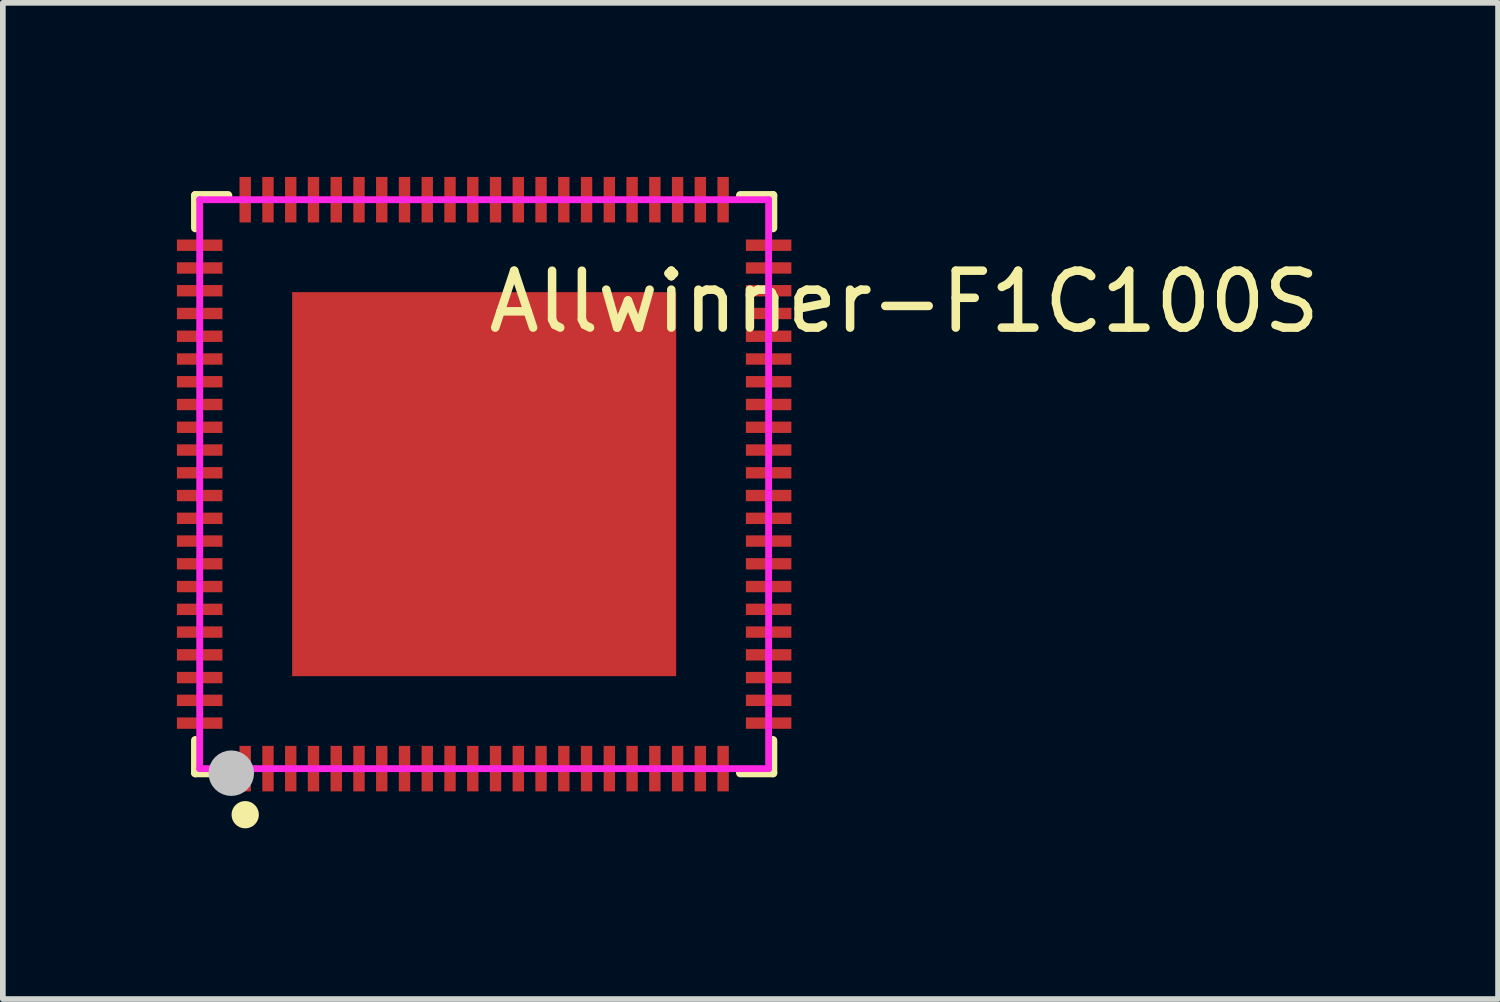
<source format=kicad_pcb>
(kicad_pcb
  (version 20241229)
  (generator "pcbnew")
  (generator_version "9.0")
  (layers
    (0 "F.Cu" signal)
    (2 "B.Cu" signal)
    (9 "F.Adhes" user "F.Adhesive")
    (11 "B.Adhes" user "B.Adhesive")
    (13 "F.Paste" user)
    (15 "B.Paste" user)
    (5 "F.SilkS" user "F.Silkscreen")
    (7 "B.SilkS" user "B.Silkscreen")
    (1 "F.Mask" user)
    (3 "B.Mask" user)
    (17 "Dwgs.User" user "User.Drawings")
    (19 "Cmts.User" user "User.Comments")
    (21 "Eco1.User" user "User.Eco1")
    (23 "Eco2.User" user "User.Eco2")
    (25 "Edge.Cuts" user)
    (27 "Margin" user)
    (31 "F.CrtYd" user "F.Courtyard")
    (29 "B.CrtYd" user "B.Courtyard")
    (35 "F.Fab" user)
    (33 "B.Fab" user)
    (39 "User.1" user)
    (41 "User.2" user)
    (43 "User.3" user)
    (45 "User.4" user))
  (footprint "Allwinner-F1C100S"
    (layer "F.Cu")
    (at 5.46 5.46)
    (property "Reference" "Allwinner-F1C100S" (at 0 -3.207 0) (layer "F.SilkS") (effects (font (size 1 1) (thickness 0.15)) (justify left)))
    (attr smd)
    (fp_line (start -5.076 -5.076) (end -4.503 -5.076) (stroke (width 0.152) (type solid)) (layer "F.SilkS"))
    (fp_line (start -5.076 -4.503) (end -5.076 -5.076) (stroke (width 0.152) (type solid)) (layer "F.SilkS"))
    (fp_line (start -5.076 4.503) (end -5.076 5.076) (stroke (width 0.152) (type solid)) (layer "F.SilkS"))
    (fp_line (start -5.076 5.076) (end -4.503 5.076) (stroke (width 0.152) (type solid)) (layer "F.SilkS"))
    (fp_line (start 5.076 -5.076) (end 4.503 -5.076) (stroke (width 0.152) (type solid)) (layer "F.SilkS"))
    (fp_line (start 5.076 -4.503) (end 5.076 -5.076) (stroke (width 0.152) (type solid)) (layer "F.SilkS"))
    (fp_line (start 5.076 4.503) (end 5.076 5.076) (stroke (width 0.152) (type solid)) (layer "F.SilkS"))
    (fp_line (start 5.076 5.076) (end 4.503 5.076) (stroke (width 0.152) (type solid)) (layer "F.SilkS"))
    (fp_circle (center -4.2 5.81) (end -4.08 5.81) (stroke (width 0.24) (type solid)) (fill no) (layer "F.SilkS"))
    (fp_poly (pts (xy -5.4 -4.3) (xy -4.6 -4.3) (xy -4.6 -4.1) (xy -5.4 -4.1)) (stroke (width 0.12) (type solid)) (fill yes) (layer "F.Paste"))
    (fp_poly (pts (xy -5.4 -3.9) (xy -4.6 -3.9) (xy -4.6 -3.7) (xy -5.4 -3.7)) (stroke (width 0.12) (type solid)) (fill yes) (layer "F.Paste"))
    (fp_poly (pts (xy -5.4 -3.5) (xy -4.6 -3.5) (xy -4.6 -3.3) (xy -5.4 -3.3)) (stroke (width 0.12) (type solid)) (fill yes) (layer "F.Paste"))
    (fp_poly (pts (xy -5.4 -3.1) (xy -4.6 -3.1) (xy -4.6 -2.9) (xy -5.4 -2.9)) (stroke (width 0.12) (type solid)) (fill yes) (layer "F.Paste"))
    (fp_poly (pts (xy -5.4 -2.7) (xy -4.6 -2.7) (xy -4.6 -2.5) (xy -5.4 -2.5)) (stroke (width 0.12) (type solid)) (fill yes) (layer "F.Paste"))
    (fp_poly (pts (xy -5.4 -2.3) (xy -4.6 -2.3) (xy -4.6 -2.1) (xy -5.4 -2.1)) (stroke (width 0.12) (type solid)) (fill yes) (layer "F.Paste"))
    (fp_poly (pts (xy -5.4 -1.9) (xy -4.6 -1.9) (xy -4.6 -1.7) (xy -5.4 -1.7)) (stroke (width 0.12) (type solid)) (fill yes) (layer "F.Paste"))
    (fp_poly (pts (xy -5.4 -1.5) (xy -4.6 -1.5) (xy -4.6 -1.3) (xy -5.4 -1.3)) (stroke (width 0.12) (type solid)) (fill yes) (layer "F.Paste"))
    (fp_poly (pts (xy -5.4 -1.1) (xy -4.6 -1.1) (xy -4.6 -0.9) (xy -5.4 -0.9)) (stroke (width 0.12) (type solid)) (fill yes) (layer "F.Paste"))
    (fp_poly (pts (xy -5.4 -0.7) (xy -4.6 -0.7) (xy -4.6 -0.5) (xy -5.4 -0.5)) (stroke (width 0.12) (type solid)) (fill yes) (layer "F.Paste"))
    (fp_poly (pts (xy -5.4 -0.3) (xy -4.6 -0.3) (xy -4.6 -0.1) (xy -5.4 -0.1)) (stroke (width 0.12) (type solid)) (fill yes) (layer "F.Paste"))
    (fp_poly (pts (xy -5.4 0.1) (xy -4.6 0.1) (xy -4.6 0.3) (xy -5.4 0.3)) (stroke (width 0.12) (type solid)) (fill yes) (layer "F.Paste"))
    (fp_poly (pts (xy -5.4 0.5) (xy -4.6 0.5) (xy -4.6 0.7) (xy -5.4 0.7)) (stroke (width 0.12) (type solid)) (fill yes) (layer "F.Paste"))
    (fp_poly (pts (xy -5.4 0.9) (xy -4.6 0.9) (xy -4.6 1.1) (xy -5.4 1.1)) (stroke (width 0.12) (type solid)) (fill yes) (layer "F.Paste"))
    (fp_poly (pts (xy -5.4 1.3) (xy -4.6 1.3) (xy -4.6 1.5) (xy -5.4 1.5)) (stroke (width 0.12) (type solid)) (fill yes) (layer "F.Paste"))
    (fp_poly (pts (xy -5.4 1.7) (xy -4.6 1.7) (xy -4.6 1.9) (xy -5.4 1.9)) (stroke (width 0.12) (type solid)) (fill yes) (layer "F.Paste"))
    (fp_poly (pts (xy -5.4 2.1) (xy -4.6 2.1) (xy -4.6 2.3) (xy -5.4 2.3)) (stroke (width 0.12) (type solid)) (fill yes) (layer "F.Paste"))
    (fp_poly (pts (xy -5.4 2.5) (xy -4.6 2.5) (xy -4.6 2.7) (xy -5.4 2.7)) (stroke (width 0.12) (type solid)) (fill yes) (layer "F.Paste"))
    (fp_poly (pts (xy -5.4 2.9) (xy -4.6 2.9) (xy -4.6 3.1) (xy -5.4 3.1)) (stroke (width 0.12) (type solid)) (fill yes) (layer "F.Paste"))
    (fp_poly (pts (xy -5.4 3.3) (xy -4.6 3.3) (xy -4.6 3.5) (xy -5.4 3.5)) (stroke (width 0.12) (type solid)) (fill yes) (layer "F.Paste"))
    (fp_poly (pts (xy -5.4 3.7) (xy -4.6 3.7) (xy -4.6 3.9) (xy -5.4 3.9)) (stroke (width 0.12) (type solid)) (fill yes) (layer "F.Paste"))
    (fp_poly (pts (xy -5.4 4.1) (xy -4.6 4.1) (xy -4.6 4.3) (xy -5.4 4.3)) (stroke (width 0.12) (type solid)) (fill yes) (layer "F.Paste"))
    (fp_poly (pts (xy -4.3 -5.4) (xy -4.1 -5.4) (xy -4.1 -4.6) (xy -4.3 -4.6)) (stroke (width 0.12) (type solid)) (fill yes) (layer "F.Paste"))
    (fp_poly (pts (xy -4.3 4.6) (xy -4.1 4.6) (xy -4.1 5.4) (xy -4.3 5.4)) (stroke (width 0.12) (type solid)) (fill yes) (layer "F.Paste"))
    (fp_poly (pts (xy -3.9 -5.4) (xy -3.7 -5.4) (xy -3.7 -4.6) (xy -3.9 -4.6)) (stroke (width 0.12) (type solid)) (fill yes) (layer "F.Paste"))
    (fp_poly (pts (xy -3.9 4.6) (xy -3.7 4.6) (xy -3.7 5.4) (xy -3.9 5.4)) (stroke (width 0.12) (type solid)) (fill yes) (layer "F.Paste"))
    (fp_poly (pts (xy -3.5 -5.4) (xy -3.3 -5.4) (xy -3.3 -4.6) (xy -3.5 -4.6)) (stroke (width 0.12) (type solid)) (fill yes) (layer "F.Paste"))
    (fp_poly (pts (xy -3.5 4.6) (xy -3.3 4.6) (xy -3.3 5.4) (xy -3.5 5.4)) (stroke (width 0.12) (type solid)) (fill yes) (layer "F.Paste"))
    (fp_poly (pts (xy -3.1 -5.4) (xy -2.9 -5.4) (xy -2.9 -4.6) (xy -3.1 -4.6)) (stroke (width 0.12) (type solid)) (fill yes) (layer "F.Paste"))
    (fp_poly (pts (xy -3.1 4.6) (xy -2.9 4.6) (xy -2.9 5.4) (xy -3.1 5.4)) (stroke (width 0.12) (type solid)) (fill yes) (layer "F.Paste"))
    (fp_poly (pts (xy -2.7 -5.4) (xy -2.5 -5.4) (xy -2.5 -4.6) (xy -2.7 -4.6)) (stroke (width 0.12) (type solid)) (fill yes) (layer "F.Paste"))
    (fp_poly (pts (xy -2.7 -2.7) (xy 2.7 -2.7) (xy 2.7 2.7) (xy -2.7 2.7)) (stroke (width 0.12) (type solid)) (fill yes) (layer "F.Paste"))
    (fp_poly (pts (xy -2.7 4.6) (xy -2.5 4.6) (xy -2.5 5.4) (xy -2.7 5.4)) (stroke (width 0.12) (type solid)) (fill yes) (layer "F.Paste"))
    (fp_poly (pts (xy -2.3 -5.4) (xy -2.1 -5.4) (xy -2.1 -4.6) (xy -2.3 -4.6)) (stroke (width 0.12) (type solid)) (fill yes) (layer "F.Paste"))
    (fp_poly (pts (xy -2.3 4.6) (xy -2.1 4.6) (xy -2.1 5.4) (xy -2.3 5.4)) (stroke (width 0.12) (type solid)) (fill yes) (layer "F.Paste"))
    (fp_poly (pts (xy -1.9 -5.4) (xy -1.7 -5.4) (xy -1.7 -4.6) (xy -1.9 -4.6)) (stroke (width 0.12) (type solid)) (fill yes) (layer "F.Paste"))
    (fp_poly (pts (xy -1.9 4.6) (xy -1.7 4.6) (xy -1.7 5.4) (xy -1.9 5.4)) (stroke (width 0.12) (type solid)) (fill yes) (layer "F.Paste"))
    (fp_poly (pts (xy -1.5 -5.4) (xy -1.3 -5.4) (xy -1.3 -4.6) (xy -1.5 -4.6)) (stroke (width 0.12) (type solid)) (fill yes) (layer "F.Paste"))
    (fp_poly (pts (xy -1.5 4.6) (xy -1.3 4.6) (xy -1.3 5.4) (xy -1.5 5.4)) (stroke (width 0.12) (type solid)) (fill yes) (layer "F.Paste"))
    (fp_poly (pts (xy -1.1 -5.4) (xy -0.9 -5.4) (xy -0.9 -4.6) (xy -1.1 -4.6)) (stroke (width 0.12) (type solid)) (fill yes) (layer "F.Paste"))
    (fp_poly (pts (xy -1.1 4.6) (xy -0.9 4.6) (xy -0.9 5.4) (xy -1.1 5.4)) (stroke (width 0.12) (type solid)) (fill yes) (layer "F.Paste"))
    (fp_poly (pts (xy -0.7 -5.4) (xy -0.5 -5.4) (xy -0.5 -4.6) (xy -0.7 -4.6)) (stroke (width 0.12) (type solid)) (fill yes) (layer "F.Paste"))
    (fp_poly (pts (xy -0.7 4.6) (xy -0.5 4.6) (xy -0.5 5.4) (xy -0.7 5.4)) (stroke (width 0.12) (type solid)) (fill yes) (layer "F.Paste"))
    (fp_poly (pts (xy -0.3 -5.4) (xy -0.1 -5.4) (xy -0.1 -4.6) (xy -0.3 -4.6)) (stroke (width 0.12) (type solid)) (fill yes) (layer "F.Paste"))
    (fp_poly (pts (xy -0.3 4.6) (xy -0.1 4.6) (xy -0.1 5.4) (xy -0.3 5.4)) (stroke (width 0.12) (type solid)) (fill yes) (layer "F.Paste"))
    (fp_poly (pts (xy 0.1 -5.4) (xy 0.3 -5.4) (xy 0.3 -4.6) (xy 0.1 -4.6)) (stroke (width 0.12) (type solid)) (fill yes) (layer "F.Paste"))
    (fp_poly (pts (xy 0.1 4.6) (xy 0.3 4.6) (xy 0.3 5.4) (xy 0.1 5.4)) (stroke (width 0.12) (type solid)) (fill yes) (layer "F.Paste"))
    (fp_poly (pts (xy 0.5 -5.4) (xy 0.7 -5.4) (xy 0.7 -4.6) (xy 0.5 -4.6)) (stroke (width 0.12) (type solid)) (fill yes) (layer "F.Paste"))
    (fp_poly (pts (xy 0.5 4.6) (xy 0.7 4.6) (xy 0.7 5.4) (xy 0.5 5.4)) (stroke (width 0.12) (type solid)) (fill yes) (layer "F.Paste"))
    (fp_poly (pts (xy 0.9 -5.4) (xy 1.1 -5.4) (xy 1.1 -4.6) (xy 0.9 -4.6)) (stroke (width 0.12) (type solid)) (fill yes) (layer "F.Paste"))
    (fp_poly (pts (xy 0.9 4.6) (xy 1.1 4.6) (xy 1.1 5.4) (xy 0.9 5.4)) (stroke (width 0.12) (type solid)) (fill yes) (layer "F.Paste"))
    (fp_poly (pts (xy 1.3 -5.4) (xy 1.5 -5.4) (xy 1.5 -4.6) (xy 1.3 -4.6)) (stroke (width 0.12) (type solid)) (fill yes) (layer "F.Paste"))
    (fp_poly (pts (xy 1.3 4.6) (xy 1.5 4.6) (xy 1.5 5.4) (xy 1.3 5.4)) (stroke (width 0.12) (type solid)) (fill yes) (layer "F.Paste"))
    (fp_poly (pts (xy 1.7 -5.4) (xy 1.9 -5.4) (xy 1.9 -4.6) (xy 1.7 -4.6)) (stroke (width 0.12) (type solid)) (fill yes) (layer "F.Paste"))
    (fp_poly (pts (xy 1.7 4.6) (xy 1.9 4.6) (xy 1.9 5.4) (xy 1.7 5.4)) (stroke (width 0.12) (type solid)) (fill yes) (layer "F.Paste"))
    (fp_poly (pts (xy 2.1 -5.4) (xy 2.3 -5.4) (xy 2.3 -4.6) (xy 2.1 -4.6)) (stroke (width 0.12) (type solid)) (fill yes) (layer "F.Paste"))
    (fp_poly (pts (xy 2.1 4.6) (xy 2.3 4.6) (xy 2.3 5.4) (xy 2.1 5.4)) (stroke (width 0.12) (type solid)) (fill yes) (layer "F.Paste"))
    (fp_poly (pts (xy 2.5 -5.4) (xy 2.7 -5.4) (xy 2.7 -4.6) (xy 2.5 -4.6)) (stroke (width 0.12) (type solid)) (fill yes) (layer "F.Paste"))
    (fp_poly (pts (xy 2.5 4.6) (xy 2.7 4.6) (xy 2.7 5.4) (xy 2.5 5.4)) (stroke (width 0.12) (type solid)) (fill yes) (layer "F.Paste"))
    (fp_poly (pts (xy 2.9 -5.4) (xy 3.1 -5.4) (xy 3.1 -4.6) (xy 2.9 -4.6)) (stroke (width 0.12) (type solid)) (fill yes) (layer "F.Paste"))
    (fp_poly (pts (xy 2.9 4.6) (xy 3.1 4.6) (xy 3.1 5.4) (xy 2.9 5.4)) (stroke (width 0.12) (type solid)) (fill yes) (layer "F.Paste"))
    (fp_poly (pts (xy 3.3 -5.4) (xy 3.5 -5.4) (xy 3.5 -4.6) (xy 3.3 -4.6)) (stroke (width 0.12) (type solid)) (fill yes) (layer "F.Paste"))
    (fp_poly (pts (xy 3.3 4.6) (xy 3.5 4.6) (xy 3.5 5.4) (xy 3.3 5.4)) (stroke (width 0.12) (type solid)) (fill yes) (layer "F.Paste"))
    (fp_poly (pts (xy 3.7 -5.4) (xy 3.9 -5.4) (xy 3.9 -4.6) (xy 3.7 -4.6)) (stroke (width 0.12) (type solid)) (fill yes) (layer "F.Paste"))
    (fp_poly (pts (xy 3.7 4.6) (xy 3.9 4.6) (xy 3.9 5.4) (xy 3.7 5.4)) (stroke (width 0.12) (type solid)) (fill yes) (layer "F.Paste"))
    (fp_poly (pts (xy 4.1 -5.4) (xy 4.3 -5.4) (xy 4.3 -4.6) (xy 4.1 -4.6)) (stroke (width 0.12) (type solid)) (fill yes) (layer "F.Paste"))
    (fp_poly (pts (xy 4.1 4.6) (xy 4.3 4.6) (xy 4.3 5.4) (xy 4.1 5.4)) (stroke (width 0.12) (type solid)) (fill yes) (layer "F.Paste"))
    (fp_poly (pts (xy 4.6 -4.3) (xy 5.4 -4.3) (xy 5.4 -4.1) (xy 4.6 -4.1)) (stroke (width 0.12) (type solid)) (fill yes) (layer "F.Paste"))
    (fp_poly (pts (xy 4.6 -3.9) (xy 5.4 -3.9) (xy 5.4 -3.7) (xy 4.6 -3.7)) (stroke (width 0.12) (type solid)) (fill yes) (layer "F.Paste"))
    (fp_poly (pts (xy 4.6 -3.5) (xy 5.4 -3.5) (xy 5.4 -3.3) (xy 4.6 -3.3)) (stroke (width 0.12) (type solid)) (fill yes) (layer "F.Paste"))
    (fp_poly (pts (xy 4.6 -3.1) (xy 5.4 -3.1) (xy 5.4 -2.9) (xy 4.6 -2.9)) (stroke (width 0.12) (type solid)) (fill yes) (layer "F.Paste"))
    (fp_poly (pts (xy 4.6 -2.7) (xy 5.4 -2.7) (xy 5.4 -2.5) (xy 4.6 -2.5)) (stroke (width 0.12) (type solid)) (fill yes) (layer "F.Paste"))
    (fp_poly (pts (xy 4.6 -2.3) (xy 5.4 -2.3) (xy 5.4 -2.1) (xy 4.6 -2.1)) (stroke (width 0.12) (type solid)) (fill yes) (layer "F.Paste"))
    (fp_poly (pts (xy 4.6 -1.9) (xy 5.4 -1.9) (xy 5.4 -1.7) (xy 4.6 -1.7)) (stroke (width 0.12) (type solid)) (fill yes) (layer "F.Paste"))
    (fp_poly (pts (xy 4.6 -1.5) (xy 5.4 -1.5) (xy 5.4 -1.3) (xy 4.6 -1.3)) (stroke (width 0.12) (type solid)) (fill yes) (layer "F.Paste"))
    (fp_poly (pts (xy 4.6 -1.1) (xy 5.4 -1.1) (xy 5.4 -0.9) (xy 4.6 -0.9)) (stroke (width 0.12) (type solid)) (fill yes) (layer "F.Paste"))
    (fp_poly (pts (xy 4.6 -0.7) (xy 5.4 -0.7) (xy 5.4 -0.5) (xy 4.6 -0.5)) (stroke (width 0.12) (type solid)) (fill yes) (layer "F.Paste"))
    (fp_poly (pts (xy 4.6 -0.3) (xy 5.4 -0.3) (xy 5.4 -0.1) (xy 4.6 -0.1)) (stroke (width 0.12) (type solid)) (fill yes) (layer "F.Paste"))
    (fp_poly (pts (xy 4.6 0.1) (xy 5.4 0.1) (xy 5.4 0.3) (xy 4.6 0.3)) (stroke (width 0.12) (type solid)) (fill yes) (layer "F.Paste"))
    (fp_poly (pts (xy 4.6 0.5) (xy 5.4 0.5) (xy 5.4 0.7) (xy 4.6 0.7)) (stroke (width 0.12) (type solid)) (fill yes) (layer "F.Paste"))
    (fp_poly (pts (xy 4.6 0.9) (xy 5.4 0.9) (xy 5.4 1.1) (xy 4.6 1.1)) (stroke (width 0.12) (type solid)) (fill yes) (layer "F.Paste"))
    (fp_poly (pts (xy 4.6 1.3) (xy 5.4 1.3) (xy 5.4 1.5) (xy 4.6 1.5)) (stroke (width 0.12) (type solid)) (fill yes) (layer "F.Paste"))
    (fp_poly (pts (xy 4.6 1.7) (xy 5.4 1.7) (xy 5.4 1.9) (xy 4.6 1.9)) (stroke (width 0.12) (type solid)) (fill yes) (layer "F.Paste"))
    (fp_poly (pts (xy 4.6 2.1) (xy 5.4 2.1) (xy 5.4 2.3) (xy 4.6 2.3)) (stroke (width 0.12) (type solid)) (fill yes) (layer "F.Paste"))
    (fp_poly (pts (xy 4.6 2.5) (xy 5.4 2.5) (xy 5.4 2.7) (xy 4.6 2.7)) (stroke (width 0.12) (type solid)) (fill yes) (layer "F.Paste"))
    (fp_poly (pts (xy 4.6 2.9) (xy 5.4 2.9) (xy 5.4 3.1) (xy 4.6 3.1)) (stroke (width 0.12) (type solid)) (fill yes) (layer "F.Paste"))
    (fp_poly (pts (xy 4.6 3.3) (xy 5.4 3.3) (xy 5.4 3.5) (xy 4.6 3.5)) (stroke (width 0.12) (type solid)) (fill yes) (layer "F.Paste"))
    (fp_poly (pts (xy 4.6 3.7) (xy 5.4 3.7) (xy 5.4 3.9) (xy 4.6 3.9)) (stroke (width 0.12) (type solid)) (fill yes) (layer "F.Paste"))
    (fp_poly (pts (xy 4.6 4.1) (xy 5.4 4.1) (xy 5.4 4.3) (xy 4.6 4.3)) (stroke (width 0.12) (type solid)) (fill yes) (layer "F.Paste"))
    (fp_circle (center -4.445 5.08) (end -4.245 5.08) (stroke (width 0.4) (type solid)) (fill no) (layer "Dwgs.User"))
    (fp_circle (center -5 5) (end -4.97 5) (stroke (width 0.06) (type solid)) (fill no) (layer "Eco2.User"))
    (fp_poly (pts (xy -4.6 -4.1) (xy -4.6 -4.3) (xy -5 -4.3) (xy -5 -4.1)) (stroke (width 0.12) (type solid)) (fill no) (layer "Eco2.User"))
    (fp_poly (pts (xy -4.6 -3.7) (xy -4.6 -3.9) (xy -5 -3.9) (xy -5 -3.7)) (stroke (width 0.12) (type solid)) (fill no) (layer "Eco2.User"))
    (fp_poly (pts (xy -4.6 -3.3) (xy -4.6 -3.5) (xy -5 -3.5) (xy -5 -3.3)) (stroke (width 0.12) (type solid)) (fill no) (layer "Eco2.User"))
    (fp_poly (pts (xy -4.6 -2.9) (xy -4.6 -3.1) (xy -5 -3.1) (xy -5 -2.9)) (stroke (width 0.12) (type solid)) (fill no) (layer "Eco2.User"))
    (fp_poly (pts (xy -4.6 -2.5) (xy -4.6 -2.7) (xy -5 -2.7) (xy -5 -2.5)) (stroke (width 0.12) (type solid)) (fill no) (layer "Eco2.User"))
    (fp_poly (pts (xy -4.6 -2.1) (xy -4.6 -2.3) (xy -5 -2.3) (xy -5 -2.1)) (stroke (width 0.12) (type solid)) (fill no) (layer "Eco2.User"))
    (fp_poly (pts (xy -4.6 -1.7) (xy -4.6 -1.9) (xy -5 -1.9) (xy -5 -1.7)) (stroke (width 0.12) (type solid)) (fill no) (layer "Eco2.User"))
    (fp_poly (pts (xy -4.6 -1.3) (xy -4.6 -1.5) (xy -5 -1.5) (xy -5 -1.3)) (stroke (width 0.12) (type solid)) (fill no) (layer "Eco2.User"))
    (fp_poly (pts (xy -4.6 -0.9) (xy -4.6 -1.1) (xy -5 -1.1) (xy -5 -0.9)) (stroke (width 0.12) (type solid)) (fill no) (layer "Eco2.User"))
    (fp_poly (pts (xy -4.6 -0.5) (xy -4.6 -0.7) (xy -5 -0.7) (xy -5 -0.5)) (stroke (width 0.12) (type solid)) (fill no) (layer "Eco2.User"))
    (fp_poly (pts (xy -4.6 -0.1) (xy -4.6 -0.3) (xy -5 -0.3) (xy -5 -0.1)) (stroke (width 0.12) (type solid)) (fill no) (layer "Eco2.User"))
    (fp_poly (pts (xy -4.6 0.3) (xy -4.6 0.1) (xy -5 0.1) (xy -5 0.3)) (stroke (width 0.12) (type solid)) (fill no) (layer "Eco2.User"))
    (fp_poly (pts (xy -4.6 0.7) (xy -4.6 0.5) (xy -5 0.5) (xy -5 0.7)) (stroke (width 0.12) (type solid)) (fill no) (layer "Eco2.User"))
    (fp_poly (pts (xy -4.6 1.1) (xy -4.6 0.9) (xy -5 0.9) (xy -5 1.1)) (stroke (width 0.12) (type solid)) (fill no) (layer "Eco2.User"))
    (fp_poly (pts (xy -4.6 1.5) (xy -4.6 1.3) (xy -5 1.3) (xy -5 1.5)) (stroke (width 0.12) (type solid)) (fill no) (layer "Eco2.User"))
    (fp_poly (pts (xy -4.6 1.9) (xy -4.6 1.7) (xy -5 1.7) (xy -5 1.9)) (stroke (width 0.12) (type solid)) (fill no) (layer "Eco2.User"))
    (fp_poly (pts (xy -4.6 2.3) (xy -4.6 2.1) (xy -5 2.1) (xy -5 2.3)) (stroke (width 0.12) (type solid)) (fill no) (layer "Eco2.User"))
    (fp_poly (pts (xy -4.6 2.7) (xy -4.6 2.5) (xy -5 2.5) (xy -5 2.7)) (stroke (width 0.12) (type solid)) (fill no) (layer "Eco2.User"))
    (fp_poly (pts (xy -4.6 3.1) (xy -4.6 2.9) (xy -5 2.9) (xy -5 3.1)) (stroke (width 0.12) (type solid)) (fill no) (layer "Eco2.User"))
    (fp_poly (pts (xy -4.6 3.5) (xy -4.6 3.3) (xy -5 3.3) (xy -5 3.5)) (stroke (width 0.12) (type solid)) (fill no) (layer "Eco2.User"))
    (fp_poly (pts (xy -4.6 3.9) (xy -4.6 3.7) (xy -5 3.7) (xy -5 3.9)) (stroke (width 0.12) (type solid)) (fill no) (layer "Eco2.User"))
    (fp_poly (pts (xy -4.6 4.3) (xy -4.6 4.1) (xy -5 4.1) (xy -5 4.3)) (stroke (width 0.12) (type solid)) (fill no) (layer "Eco2.User"))
    (fp_poly (pts (xy -4.3 -5) (xy -4.3 -4.6) (xy -4.1 -4.6) (xy -4.1 -5)) (stroke (width 0.12) (type solid)) (fill no) (layer "Eco2.User"))
    (fp_poly (pts (xy -4.3 5) (xy -4.3 4.6) (xy -4.1 4.6) (xy -4.1 5)) (stroke (width 0.12) (type solid)) (fill no) (layer "Eco2.User"))
    (fp_poly (pts (xy -3.9 -5) (xy -3.9 -4.6) (xy -3.7 -4.6) (xy -3.7 -5)) (stroke (width 0.12) (type solid)) (fill no) (layer "Eco2.User"))
    (fp_poly (pts (xy -3.9 5) (xy -3.9 4.6) (xy -3.7 4.6) (xy -3.7 5)) (stroke (width 0.12) (type solid)) (fill no) (layer "Eco2.User"))
    (fp_poly (pts (xy -3.5 -5) (xy -3.5 -4.6) (xy -3.3 -4.6) (xy -3.3 -5)) (stroke (width 0.12) (type solid)) (fill no) (layer "Eco2.User"))
    (fp_poly (pts (xy -3.5 5) (xy -3.5 4.6) (xy -3.3 4.6) (xy -3.3 5)) (stroke (width 0.12) (type solid)) (fill no) (layer "Eco2.User"))
    (fp_poly (pts (xy -3.1 -5) (xy -3.1 -4.6) (xy -2.9 -4.6) (xy -2.9 -5)) (stroke (width 0.12) (type solid)) (fill no) (layer "Eco2.User"))
    (fp_poly (pts (xy -3.1 5) (xy -3.1 4.6) (xy -2.9 4.6) (xy -2.9 5)) (stroke (width 0.12) (type solid)) (fill no) (layer "Eco2.User"))
    (fp_poly (pts (xy -2.7 -5) (xy -2.7 -4.6) (xy -2.5 -4.6) (xy -2.5 -5)) (stroke (width 0.12) (type solid)) (fill no) (layer "Eco2.User"))
    (fp_poly (pts (xy -2.7 5) (xy -2.7 4.6) (xy -2.5 4.6) (xy -2.5 5)) (stroke (width 0.12) (type solid)) (fill no) (layer "Eco2.User"))
    (fp_poly (pts (xy -2.3 -5) (xy -2.3 -4.6) (xy -2.1 -4.6) (xy -2.1 -5)) (stroke (width 0.12) (type solid)) (fill no) (layer "Eco2.User"))
    (fp_poly (pts (xy -2.3 5) (xy -2.3 4.6) (xy -2.1 4.6) (xy -2.1 5)) (stroke (width 0.12) (type solid)) (fill no) (layer "Eco2.User"))
    (fp_poly (pts (xy -1.9 -5) (xy -1.9 -4.6) (xy -1.7 -4.6) (xy -1.7 -5)) (stroke (width 0.12) (type solid)) (fill no) (layer "Eco2.User"))
    (fp_poly (pts (xy -1.9 5) (xy -1.9 4.6) (xy -1.7 4.6) (xy -1.7 5)) (stroke (width 0.12) (type solid)) (fill no) (layer "Eco2.User"))
    (fp_poly (pts (xy -1.5 -5) (xy -1.5 -4.6) (xy -1.3 -4.6) (xy -1.3 -5)) (stroke (width 0.12) (type solid)) (fill no) (layer "Eco2.User"))
    (fp_poly (pts (xy -1.5 5) (xy -1.5 4.6) (xy -1.3 4.6) (xy -1.3 5)) (stroke (width 0.12) (type solid)) (fill no) (layer "Eco2.User"))
    (fp_poly (pts (xy -1.1 -5) (xy -1.1 -4.6) (xy -0.9 -4.6) (xy -0.9 -5)) (stroke (width 0.12) (type solid)) (fill no) (layer "Eco2.User"))
    (fp_poly (pts (xy -1.1 5) (xy -1.1 4.6) (xy -0.9 4.6) (xy -0.9 5)) (stroke (width 0.12) (type solid)) (fill no) (layer "Eco2.User"))
    (fp_poly (pts (xy -0.7 -5) (xy -0.7 -4.6) (xy -0.5 -4.6) (xy -0.5 -5)) (stroke (width 0.12) (type solid)) (fill no) (layer "Eco2.User"))
    (fp_poly (pts (xy -0.7 5) (xy -0.7 4.6) (xy -0.5 4.6) (xy -0.5 5)) (stroke (width 0.12) (type solid)) (fill no) (layer "Eco2.User"))
    (fp_poly (pts (xy -0.3 -5) (xy -0.3 -4.6) (xy -0.1 -4.6) (xy -0.1 -5)) (stroke (width 0.12) (type solid)) (fill no) (layer "Eco2.User"))
    (fp_poly (pts (xy -0.3 5) (xy -0.3 4.6) (xy -0.1 4.6) (xy -0.1 5)) (stroke (width 0.12) (type solid)) (fill no) (layer "Eco2.User"))
    (fp_poly (pts (xy 0.1 -5) (xy 0.1 -4.6) (xy 0.3 -4.6) (xy 0.3 -5)) (stroke (width 0.12) (type solid)) (fill no) (layer "Eco2.User"))
    (fp_poly (pts (xy 0.1 5) (xy 0.1 4.6) (xy 0.3 4.6) (xy 0.3 5)) (stroke (width 0.12) (type solid)) (fill no) (layer "Eco2.User"))
    (fp_poly (pts (xy 0.5 -5) (xy 0.5 -4.6) (xy 0.7 -4.6) (xy 0.7 -5)) (stroke (width 0.12) (type solid)) (fill no) (layer "Eco2.User"))
    (fp_poly (pts (xy 0.5 5) (xy 0.5 4.6) (xy 0.7 4.6) (xy 0.7 5)) (stroke (width 0.12) (type solid)) (fill no) (layer "Eco2.User"))
    (fp_poly (pts (xy 0.9 -5) (xy 0.9 -4.6) (xy 1.1 -4.6) (xy 1.1 -5)) (stroke (width 0.12) (type solid)) (fill no) (layer "Eco2.User"))
    (fp_poly (pts (xy 0.9 5) (xy 0.9 4.6) (xy 1.1 4.6) (xy 1.1 5)) (stroke (width 0.12) (type solid)) (fill no) (layer "Eco2.User"))
    (fp_poly (pts (xy 1.3 -5) (xy 1.3 -4.6) (xy 1.5 -4.6) (xy 1.5 -5)) (stroke (width 0.12) (type solid)) (fill no) (layer "Eco2.User"))
    (fp_poly (pts (xy 1.3 5) (xy 1.3 4.6) (xy 1.5 4.6) (xy 1.5 5)) (stroke (width 0.12) (type solid)) (fill no) (layer "Eco2.User"))
    (fp_poly (pts (xy 1.7 -5) (xy 1.7 -4.6) (xy 1.9 -4.6) (xy 1.9 -5)) (stroke (width 0.12) (type solid)) (fill no) (layer "Eco2.User"))
    (fp_poly (pts (xy 1.7 5) (xy 1.7 4.6) (xy 1.9 4.6) (xy 1.9 5)) (stroke (width 0.12) (type solid)) (fill no) (layer "Eco2.User"))
    (fp_poly (pts (xy 2.1 -5) (xy 2.1 -4.6) (xy 2.3 -4.6) (xy 2.3 -5)) (stroke (width 0.12) (type solid)) (fill no) (layer "Eco2.User"))
    (fp_poly (pts (xy 2.1 5) (xy 2.1 4.6) (xy 2.3 4.6) (xy 2.3 5)) (stroke (width 0.12) (type solid)) (fill no) (layer "Eco2.User"))
    (fp_poly (pts (xy 2.5 -5) (xy 2.5 -4.6) (xy 2.7 -4.6) (xy 2.7 -5)) (stroke (width 0.12) (type solid)) (fill no) (layer "Eco2.User"))
    (fp_poly (pts (xy 2.5 5) (xy 2.5 4.6) (xy 2.7 4.6) (xy 2.7 5)) (stroke (width 0.12) (type solid)) (fill no) (layer "Eco2.User"))
    (fp_poly (pts (xy 2.9 -5) (xy 2.9 -4.6) (xy 3.1 -4.6) (xy 3.1 -5)) (stroke (width 0.12) (type solid)) (fill no) (layer "Eco2.User"))
    (fp_poly (pts (xy 2.9 5) (xy 2.9 4.6) (xy 3.1 4.6) (xy 3.1 5)) (stroke (width 0.12) (type solid)) (fill no) (layer "Eco2.User"))
    (fp_poly (pts (xy 3.3 -5) (xy 3.3 -4.6) (xy 3.5 -4.6) (xy 3.5 -5)) (stroke (width 0.12) (type solid)) (fill no) (layer "Eco2.User"))
    (fp_poly (pts (xy 3.3 5) (xy 3.3 4.6) (xy 3.5 4.6) (xy 3.5 5)) (stroke (width 0.12) (type solid)) (fill no) (layer "Eco2.User"))
    (fp_poly (pts (xy 3.7 -5) (xy 3.7 -4.6) (xy 3.9 -4.6) (xy 3.9 -5)) (stroke (width 0.12) (type solid)) (fill no) (layer "Eco2.User"))
    (fp_poly (pts (xy 3.7 5) (xy 3.7 4.6) (xy 3.9 4.6) (xy 3.9 5)) (stroke (width 0.12) (type solid)) (fill no) (layer "Eco2.User"))
    (fp_poly (pts (xy 4.1 -5) (xy 4.1 -4.6) (xy 4.3 -4.6) (xy 4.3 -5)) (stroke (width 0.12) (type solid)) (fill no) (layer "Eco2.User"))
    (fp_poly (pts (xy 4.1 5) (xy 4.1 4.6) (xy 4.3 4.6) (xy 4.3 5)) (stroke (width 0.12) (type solid)) (fill no) (layer "Eco2.User"))
    (fp_poly (pts (xy 4.6 -4.1) (xy 4.6 -4.3) (xy 5 -4.3) (xy 5 -4.1)) (stroke (width 0.12) (type solid)) (fill no) (layer "Eco2.User"))
    (fp_poly (pts (xy 4.6 -3.7) (xy 4.6 -3.9) (xy 5 -3.9) (xy 5 -3.7)) (stroke (width 0.12) (type solid)) (fill no) (layer "Eco2.User"))
    (fp_poly (pts (xy 4.6 -3.3) (xy 4.6 -3.5) (xy 5 -3.5) (xy 5 -3.3)) (stroke (width 0.12) (type solid)) (fill no) (layer "Eco2.User"))
    (fp_poly (pts (xy 4.6 -2.9) (xy 4.6 -3.1) (xy 5 -3.1) (xy 5 -2.9)) (stroke (width 0.12) (type solid)) (fill no) (layer "Eco2.User"))
    (fp_poly (pts (xy 4.6 -2.5) (xy 4.6 -2.7) (xy 5 -2.7) (xy 5 -2.5)) (stroke (width 0.12) (type solid)) (fill no) (layer "Eco2.User"))
    (fp_poly (pts (xy 4.6 -2.1) (xy 4.6 -2.3) (xy 5 -2.3) (xy 5 -2.1)) (stroke (width 0.12) (type solid)) (fill no) (layer "Eco2.User"))
    (fp_poly (pts (xy 4.6 -1.7) (xy 4.6 -1.9) (xy 5 -1.9) (xy 5 -1.7)) (stroke (width 0.12) (type solid)) (fill no) (layer "Eco2.User"))
    (fp_poly (pts (xy 4.6 -1.3) (xy 4.6 -1.5) (xy 5 -1.5) (xy 5 -1.3)) (stroke (width 0.12) (type solid)) (fill no) (layer "Eco2.User"))
    (fp_poly (pts (xy 4.6 -0.9) (xy 4.6 -1.1) (xy 5 -1.1) (xy 5 -0.9)) (stroke (width 0.12) (type solid)) (fill no) (layer "Eco2.User"))
    (fp_poly (pts (xy 4.6 -0.5) (xy 4.6 -0.7) (xy 5 -0.7) (xy 5 -0.5)) (stroke (width 0.12) (type solid)) (fill no) (layer "Eco2.User"))
    (fp_poly (pts (xy 4.6 -0.1) (xy 4.6 -0.3) (xy 5 -0.3) (xy 5 -0.1)) (stroke (width 0.12) (type solid)) (fill no) (layer "Eco2.User"))
    (fp_poly (pts (xy 4.6 0.3) (xy 4.6 0.1) (xy 5 0.1) (xy 5 0.3)) (stroke (width 0.12) (type solid)) (fill no) (layer "Eco2.User"))
    (fp_poly (pts (xy 4.6 0.7) (xy 4.6 0.5) (xy 5 0.5) (xy 5 0.7)) (stroke (width 0.12) (type solid)) (fill no) (layer "Eco2.User"))
    (fp_poly (pts (xy 4.6 1.1) (xy 4.6 0.9) (xy 5 0.9) (xy 5 1.1)) (stroke (width 0.12) (type solid)) (fill no) (layer "Eco2.User"))
    (fp_poly (pts (xy 4.6 1.5) (xy 4.6 1.3) (xy 5 1.3) (xy 5 1.5)) (stroke (width 0.12) (type solid)) (fill no) (layer "Eco2.User"))
    (fp_poly (pts (xy 4.6 1.9) (xy 4.6 1.7) (xy 5 1.7) (xy 5 1.9)) (stroke (width 0.12) (type solid)) (fill no) (layer "Eco2.User"))
    (fp_poly (pts (xy 4.6 2.3) (xy 4.6 2.1) (xy 5 2.1) (xy 5 2.3)) (stroke (width 0.12) (type solid)) (fill no) (layer "Eco2.User"))
    (fp_poly (pts (xy 4.6 2.7) (xy 4.6 2.5) (xy 5 2.5) (xy 5 2.7)) (stroke (width 0.12) (type solid)) (fill no) (layer "Eco2.User"))
    (fp_poly (pts (xy 4.6 3.1) (xy 4.6 2.9) (xy 5 2.9) (xy 5 3.1)) (stroke (width 0.12) (type solid)) (fill no) (layer "Eco2.User"))
    (fp_poly (pts (xy 4.6 3.5) (xy 4.6 3.3) (xy 5 3.3) (xy 5 3.5)) (stroke (width 0.12) (type solid)) (fill no) (layer "Eco2.User"))
    (fp_poly (pts (xy 4.6 3.9) (xy 4.6 3.7) (xy 5 3.7) (xy 5 3.9)) (stroke (width 0.12) (type solid)) (fill no) (layer "Eco2.User"))
    (fp_poly (pts (xy 4.6 4.3) (xy 4.6 4.1) (xy 5 4.1) (xy 5 4.3)) (stroke (width 0.12) (type solid)) (fill no) (layer "Eco2.User"))
    (fp_poly (pts (xy -3.37 3) (xy -3.37 -3.37) (xy 3.37 -3.37) (xy 3.37 3.37) (xy -3 3.37)) (stroke (width 0.12) (type solid)) (fill no) (layer "Eco2.User"))
    (fp_line (start -5 -5) (end 5 -5) (stroke (width 0.12) (type solid)) (layer "F.CrtYd"))
    (fp_line (start -5 5) (end -5 -5) (stroke (width 0.12) (type solid)) (layer "F.CrtYd"))
    (fp_line (start 5 -5) (end 5 5) (stroke (width 0.12) (type solid)) (layer "F.CrtYd"))
    (fp_line (start 5 5) (end -5 5) (stroke (width 0.12) (type solid)) (layer "F.CrtYd"))
    (pad "1" smd rect (at -4.2 5) (size 0.2 0.8) (layers "F.Cu" "F.Mask" "F.Paste"))
    (pad "2" smd rect (at -3.8 5) (size 0.2 0.8) (layers "F.Cu" "F.Mask" "F.Paste"))
    (pad "3" smd rect (at -3.4 5) (size 0.2 0.8) (layers "F.Cu" "F.Mask" "F.Paste"))
    (pad "4" smd rect (at -3 5) (size 0.2 0.8) (layers "F.Cu" "F.Mask" "F.Paste"))
    (pad "5" smd rect (at -2.6 5) (size 0.2 0.8) (layers "F.Cu" "F.Mask" "F.Paste"))
    (pad "6" smd rect (at -2.2 5) (size 0.2 0.8) (layers "F.Cu" "F.Mask" "F.Paste"))
    (pad "7" smd rect (at -1.8 5) (size 0.2 0.8) (layers "F.Cu" "F.Mask" "F.Paste"))
    (pad "8" smd rect (at -1.4 5) (size 0.2 0.8) (layers "F.Cu" "F.Mask" "F.Paste"))
    (pad "9" smd rect (at -1 5) (size 0.2 0.8) (layers "F.Cu" "F.Mask" "F.Paste"))
    (pad "10" smd rect (at -0.6 5) (size 0.2 0.8) (layers "F.Cu" "F.Mask" "F.Paste"))
    (pad "11" smd rect (at -0.2 5) (size 0.2 0.8) (layers "F.Cu" "F.Mask" "F.Paste"))
    (pad "12" smd rect (at 0.2 5) (size 0.2 0.8) (layers "F.Cu" "F.Mask" "F.Paste"))
    (pad "13" smd rect (at 0.6 5) (size 0.2 0.8) (layers "F.Cu" "F.Mask" "F.Paste"))
    (pad "14" smd rect (at 1 5) (size 0.2 0.8) (layers "F.Cu" "F.Mask" "F.Paste"))
    (pad "15" smd rect (at 1.4 5) (size 0.2 0.8) (layers "F.Cu" "F.Mask" "F.Paste"))
    (pad "16" smd rect (at 1.8 5) (size 0.2 0.8) (layers "F.Cu" "F.Mask" "F.Paste"))
    (pad "17" smd rect (at 2.2 5) (size 0.2 0.8) (layers "F.Cu" "F.Mask" "F.Paste"))
    (pad "18" smd rect (at 2.6 5) (size 0.2 0.8) (layers "F.Cu" "F.Mask" "F.Paste"))
    (pad "19" smd rect (at 3 5) (size 0.2 0.8) (layers "F.Cu" "F.Mask" "F.Paste"))
    (pad "20" smd rect (at 3.4 5) (size 0.2 0.8) (layers "F.Cu" "F.Mask" "F.Paste"))
    (pad "21" smd rect (at 3.8 5) (size 0.2 0.8) (layers "F.Cu" "F.Mask" "F.Paste"))
    (pad "22" smd rect (at 4.2 5) (size 0.2 0.8) (layers "F.Cu" "F.Mask" "F.Paste"))
    (pad "23" smd rect (at 5 4.2) (size 0.8 0.2) (layers "F.Cu" "F.Mask" "F.Paste"))
    (pad "24" smd rect (at 5 3.8) (size 0.8 0.2) (layers "F.Cu" "F.Mask" "F.Paste"))
    (pad "25" smd rect (at 5 3.4) (size 0.8 0.2) (layers "F.Cu" "F.Mask" "F.Paste"))
    (pad "26" smd rect (at 5 3) (size 0.8 0.2) (layers "F.Cu" "F.Mask" "F.Paste"))
    (pad "27" smd rect (at 5 2.6) (size 0.8 0.2) (layers "F.Cu" "F.Mask" "F.Paste"))
    (pad "28" smd rect (at 5 2.2) (size 0.8 0.2) (layers "F.Cu" "F.Mask" "F.Paste"))
    (pad "29" smd rect (at 5 1.8) (size 0.8 0.2) (layers "F.Cu" "F.Mask" "F.Paste"))
    (pad "30" smd rect (at 5 1.4) (size 0.8 0.2) (layers "F.Cu" "F.Mask" "F.Paste"))
    (pad "31" smd rect (at 5 1) (size 0.8 0.2) (layers "F.Cu" "F.Mask" "F.Paste"))
    (pad "32" smd rect (at 5 0.6) (size 0.8 0.2) (layers "F.Cu" "F.Mask" "F.Paste"))
    (pad "33" smd rect (at 5 0.2) (size 0.8 0.2) (layers "F.Cu" "F.Mask" "F.Paste"))
    (pad "34" smd rect (at 5 -0.2) (size 0.8 0.2) (layers "F.Cu" "F.Mask" "F.Paste"))
    (pad "35" smd rect (at 5 -0.6) (size 0.8 0.2) (layers "F.Cu" "F.Mask" "F.Paste"))
    (pad "36" smd rect (at 5 -1) (size 0.8 0.2) (layers "F.Cu" "F.Mask" "F.Paste"))
    (pad "37" smd rect (at 5 -1.4) (size 0.8 0.2) (layers "F.Cu" "F.Mask" "F.Paste"))
    (pad "38" smd rect (at 5 -1.8) (size 0.8 0.2) (layers "F.Cu" "F.Mask" "F.Paste"))
    (pad "39" smd rect (at 5 -2.2) (size 0.8 0.2) (layers "F.Cu" "F.Mask" "F.Paste"))
    (pad "40" smd rect (at 5 -2.6) (size 0.8 0.2) (layers "F.Cu" "F.Mask" "F.Paste"))
    (pad "41" smd rect (at 5 -3) (size 0.8 0.2) (layers "F.Cu" "F.Mask" "F.Paste"))
    (pad "42" smd rect (at 5 -3.4) (size 0.8 0.2) (layers "F.Cu" "F.Mask" "F.Paste"))
    (pad "43" smd rect (at 5 -3.8) (size 0.8 0.2) (layers "F.Cu" "F.Mask" "F.Paste"))
    (pad "44" smd rect (at 5 -4.2) (size 0.8 0.2) (layers "F.Cu" "F.Mask" "F.Paste"))
    (pad "45" smd rect (at 4.2 -5) (size 0.2 0.8) (layers "F.Cu" "F.Mask" "F.Paste"))
    (pad "46" smd rect (at 3.8 -5) (size 0.2 0.8) (layers "F.Cu" "F.Mask" "F.Paste"))
    (pad "47" smd rect (at 3.4 -5) (size 0.2 0.8) (layers "F.Cu" "F.Mask" "F.Paste"))
    (pad "48" smd rect (at 3 -5) (size 0.2 0.8) (layers "F.Cu" "F.Mask" "F.Paste"))
    (pad "49" smd rect (at 2.6 -5) (size 0.2 0.8) (layers "F.Cu" "F.Mask" "F.Paste"))
    (pad "50" smd rect (at 2.2 -5) (size 0.2 0.8) (layers "F.Cu" "F.Mask" "F.Paste"))
    (pad "51" smd rect (at 1.8 -5) (size 0.2 0.8) (layers "F.Cu" "F.Mask" "F.Paste"))
    (pad "52" smd rect (at 1.4 -5) (size 0.2 0.8) (layers "F.Cu" "F.Mask" "F.Paste"))
    (pad "53" smd rect (at 1 -5) (size 0.2 0.8) (layers "F.Cu" "F.Mask" "F.Paste"))
    (pad "54" smd rect (at 0.6 -5) (size 0.2 0.8) (layers "F.Cu" "F.Mask" "F.Paste"))
    (pad "55" smd rect (at 0.2 -5) (size 0.2 0.8) (layers "F.Cu" "F.Mask" "F.Paste"))
    (pad "56" smd rect (at -0.2 -5) (size 0.2 0.8) (layers "F.Cu" "F.Mask" "F.Paste"))
    (pad "57" smd rect (at -0.6 -5) (size 0.2 0.8) (layers "F.Cu" "F.Mask" "F.Paste"))
    (pad "58" smd rect (at -1 -5) (size 0.2 0.8) (layers "F.Cu" "F.Mask" "F.Paste"))
    (pad "59" smd rect (at -1.4 -5) (size 0.2 0.8) (layers "F.Cu" "F.Mask" "F.Paste"))
    (pad "60" smd rect (at -1.8 -5) (size 0.2 0.8) (layers "F.Cu" "F.Mask" "F.Paste"))
    (pad "61" smd rect (at -2.2 -5) (size 0.2 0.8) (layers "F.Cu" "F.Mask" "F.Paste"))
    (pad "62" smd rect (at -2.6 -5) (size 0.2 0.8) (layers "F.Cu" "F.Mask" "F.Paste"))
    (pad "63" smd rect (at -3 -5) (size 0.2 0.8) (layers "F.Cu" "F.Mask" "F.Paste"))
    (pad "64" smd rect (at -3.4 -5) (size 0.2 0.8) (layers "F.Cu" "F.Mask" "F.Paste"))
    (pad "65" smd rect (at -3.8 -5) (size 0.2 0.8) (layers "F.Cu" "F.Mask" "F.Paste"))
    (pad "66" smd rect (at -4.2 -5) (size 0.2 0.8) (layers "F.Cu" "F.Mask" "F.Paste"))
    (pad "67" smd rect (at -5 -4.2) (size 0.8 0.2) (layers "F.Cu" "F.Mask" "F.Paste"))
    (pad "68" smd rect (at -5 -3.8) (size 0.8 0.2) (layers "F.Cu" "F.Mask" "F.Paste"))
    (pad "69" smd rect (at -5 -3.4) (size 0.8 0.2) (layers "F.Cu" "F.Mask" "F.Paste"))
    (pad "70" smd rect (at -5 -3) (size 0.8 0.2) (layers "F.Cu" "F.Mask" "F.Paste"))
    (pad "71" smd rect (at -5 -2.6) (size 0.8 0.2) (layers "F.Cu" "F.Mask" "F.Paste"))
    (pad "72" smd rect (at -5 -2.2) (size 0.8 0.2) (layers "F.Cu" "F.Mask" "F.Paste"))
    (pad "73" smd rect (at -5 -1.8) (size 0.8 0.2) (layers "F.Cu" "F.Mask" "F.Paste"))
    (pad "74" smd rect (at -5 -1.4) (size 0.8 0.2) (layers "F.Cu" "F.Mask" "F.Paste"))
    (pad "75" smd rect (at -5 -1) (size 0.8 0.2) (layers "F.Cu" "F.Mask" "F.Paste"))
    (pad "76" smd rect (at -5 -0.6) (size 0.8 0.2) (layers "F.Cu" "F.Mask" "F.Paste"))
    (pad "77" smd rect (at -5 -0.2) (size 0.8 0.2) (layers "F.Cu" "F.Mask" "F.Paste"))
    (pad "78" smd rect (at -5 0.2) (size 0.8 0.2) (layers "F.Cu" "F.Mask" "F.Paste"))
    (pad "79" smd rect (at -5 0.6) (size 0.8 0.2) (layers "F.Cu" "F.Mask" "F.Paste"))
    (pad "80" smd rect (at -5 1) (size 0.8 0.2) (layers "F.Cu" "F.Mask" "F.Paste"))
    (pad "81" smd rect (at -5 1.4) (size 0.8 0.2) (layers "F.Cu" "F.Mask" "F.Paste"))
    (pad "82" smd rect (at -5 1.8) (size 0.8 0.2) (layers "F.Cu" "F.Mask" "F.Paste"))
    (pad "83" smd rect (at -5 2.2) (size 0.8 0.2) (layers "F.Cu" "F.Mask" "F.Paste"))
    (pad "84" smd rect (at -5 2.6) (size 0.8 0.2) (layers "F.Cu" "F.Mask" "F.Paste"))
    (pad "85" smd rect (at -5 3) (size 0.8 0.2) (layers "F.Cu" "F.Mask" "F.Paste"))
    (pad "86" smd rect (at -5 3.4) (size 0.8 0.2) (layers "F.Cu" "F.Mask" "F.Paste"))
    (pad "87" smd rect (at -5 3.8) (size 0.8 0.2) (layers "F.Cu" "F.Mask" "F.Paste"))
    (pad "88" smd rect (at -5 4.2) (size 0.8 0.2) (layers "F.Cu" "F.Mask" "F.Paste"))
    (pad "89" smd rect (at 0 0) (size 6.75 6.75) (layers "F.Cu" "F.Mask" "F.Paste")))
  (gr_rect
    (start -3 -3)
    (end 23.281 14.51)
    (stroke (width 0.1) (type default))
    (fill no)
    (layer "Edge.Cuts")))
</source>
